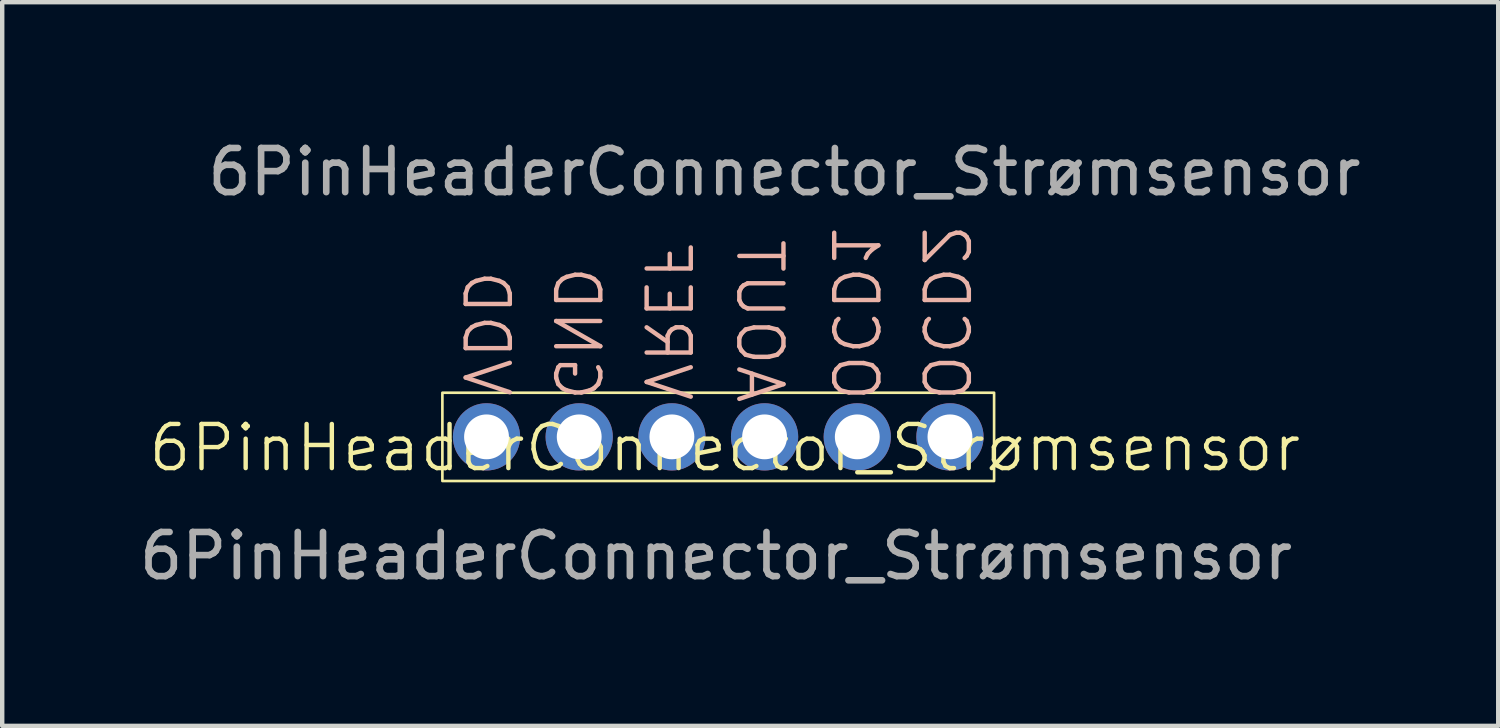
<source format=kicad_pcb>
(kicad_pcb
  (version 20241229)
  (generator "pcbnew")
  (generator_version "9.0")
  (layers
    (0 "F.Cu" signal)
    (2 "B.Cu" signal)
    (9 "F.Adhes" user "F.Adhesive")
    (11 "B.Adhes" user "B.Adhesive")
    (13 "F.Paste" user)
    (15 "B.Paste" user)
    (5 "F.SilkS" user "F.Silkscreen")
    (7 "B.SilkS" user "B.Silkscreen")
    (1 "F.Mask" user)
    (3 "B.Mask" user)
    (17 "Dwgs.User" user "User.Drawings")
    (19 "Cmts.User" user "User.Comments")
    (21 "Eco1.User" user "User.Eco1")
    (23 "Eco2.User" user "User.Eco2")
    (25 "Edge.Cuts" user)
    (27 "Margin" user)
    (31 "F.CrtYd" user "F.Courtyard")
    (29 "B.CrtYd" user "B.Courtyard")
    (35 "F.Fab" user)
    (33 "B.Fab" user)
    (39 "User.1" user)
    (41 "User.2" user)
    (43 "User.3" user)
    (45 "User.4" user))
  (footprint "6PinHeaderConnector_Strømsensor"
    (layer "F.Cu")
    (at 13.173 7.048)
    (property "Reference" "6PinHeaderConnector_Strømsensor" (at 0.2 0.05 0) (unlocked yes) (layer "F.SilkS") (effects (font (size 1 1) (thickness 0.1))))
    (attr through_hole)
    (fp_rect (start -6.2 -1.2) (end 6.3 0.8) (stroke (width 0.06) (type default)) (fill no) (layer "F.SilkS"))
    (fp_text user "VREF" (at -1.7 -0.95 270) (unlocked yes) (layer "B.SilkS") (effects (font (size 1 1) (thickness 0.1)) (justify left bottom mirror)))
    (fp_text user "AOUT" (at 0.4 -0.9 270) (unlocked yes) (layer "B.SilkS") (effects (font (size 1 1) (thickness 0.1)) (justify left bottom mirror)))
    (fp_text user "OCD1" (at 2.55 -0.95 270) (unlocked yes) (layer "B.SilkS") (effects (font (size 1 1) (thickness 0.1)) (justify left bottom mirror)))
    (fp_text user "VDD" (at -5.8 -1.05 270) (unlocked yes) (layer "B.SilkS") (effects (font (size 1 1) (thickness 0.1)) (justify left bottom mirror)))
    (fp_text user "OCD2" (at 4.6 -0.95 270) (unlocked yes) (layer "B.SilkS") (effects (font (size 1 1) (thickness 0.1)) (justify left bottom mirror)))
    (fp_text user "GND" (at -3.75 -0.95 270) (unlocked yes) (layer "B.SilkS") (effects (font (size 1 1) (thickness 0.1)) (justify left bottom mirror)))
    (fp_text user "${REFERENCE}" (at 1.55 -6.2 0) (unlocked yes) (layer "F.Fab") (effects (font (size 1 1) (thickness 0.15))))
    (fp_text user "${REFERENCE}" (at 0 2.5 0) (unlocked yes) (layer "F.Fab") (effects (font (size 1 1) (thickness 0.15))))
    (pad "1" thru_hole circle (at -5.2 -0.2) (size 1.524 1.524) (drill 1.016) (layers "*.Cu" "*.Mask"))
    (pad "2" thru_hole circle (at -3.1 -0.2) (size 1.524 1.524) (drill 1.016) (layers "*.Cu" "*.Mask"))
    (pad "3" thru_hole circle (at -1 -0.2) (size 1.524 1.524) (drill 1.016) (layers "*.Cu" "*.Mask"))
    (pad "4" thru_hole circle (at 1.1 -0.2) (size 1.524 1.524) (drill 1.016) (layers "*.Cu" "*.Mask"))
    (pad "5" thru_hole circle (at 3.2 -0.2) (size 1.524 1.524) (drill 1.016) (layers "*.Cu" "*.Mask"))
    (pad "6" thru_hole circle (at 5.3 -0.2) (size 1.524 1.524) (drill 1.016) (layers "*.Cu" "*.Mask")))
  (gr_rect
    (start -3 -3)
    (end 30.895 13.396)
    (stroke (width 0.1) (type default))
    (fill no)
    (layer "Edge.Cuts")))
</source>
